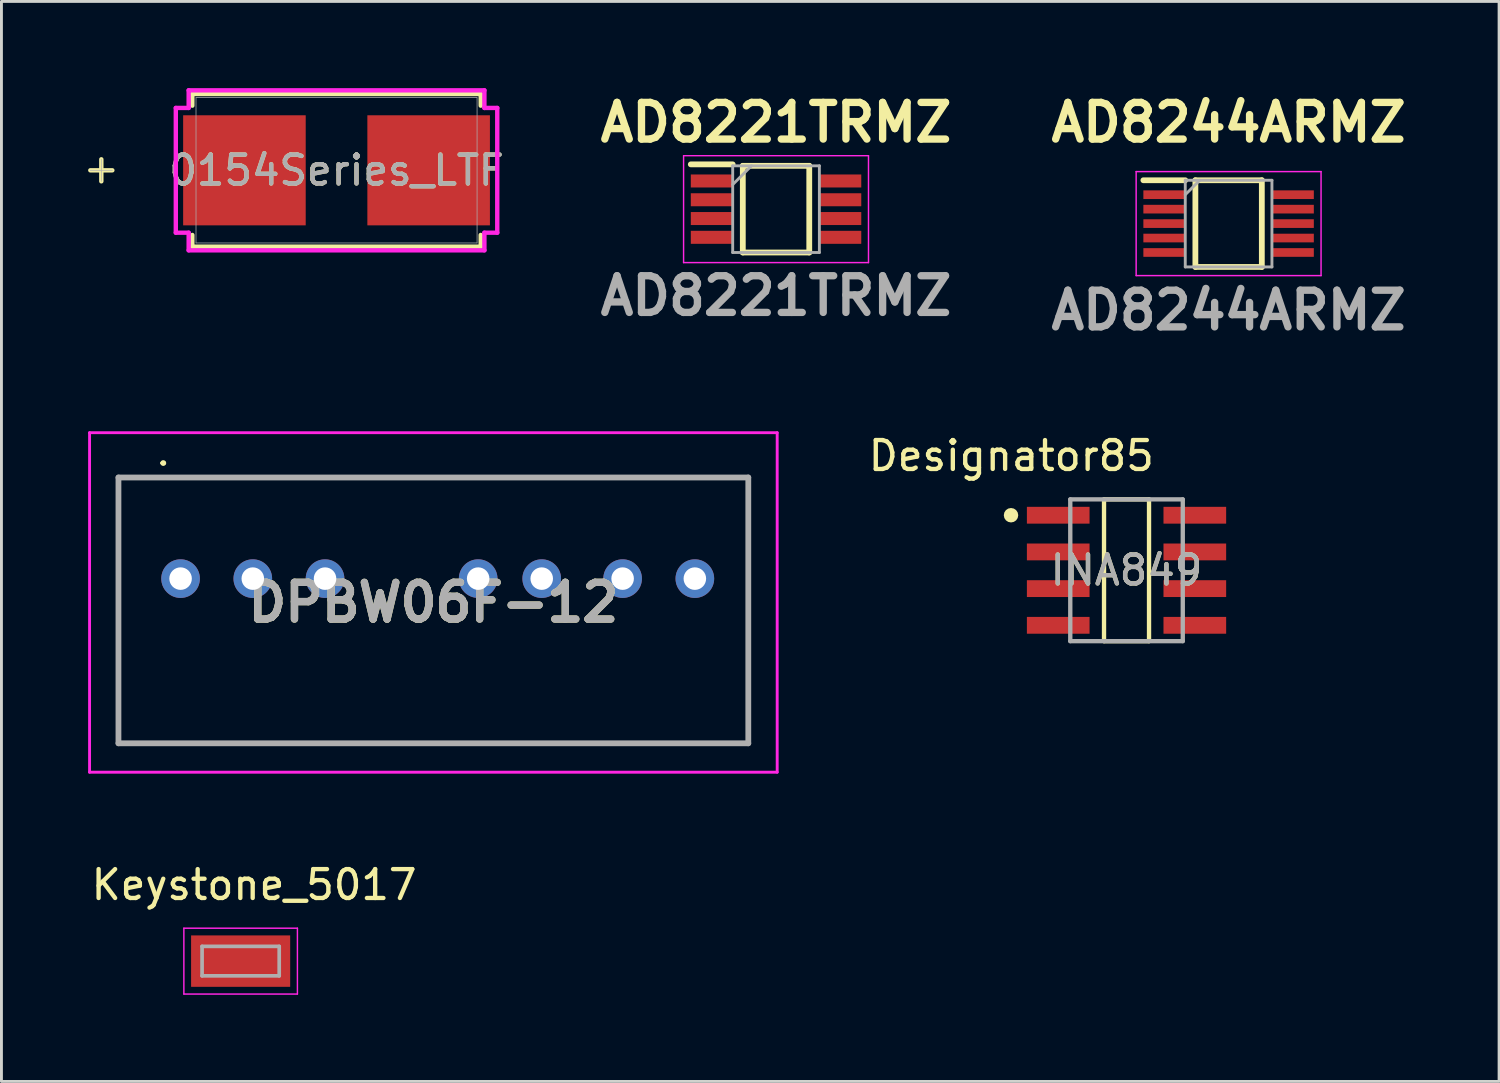
<source format=kicad_pcb>
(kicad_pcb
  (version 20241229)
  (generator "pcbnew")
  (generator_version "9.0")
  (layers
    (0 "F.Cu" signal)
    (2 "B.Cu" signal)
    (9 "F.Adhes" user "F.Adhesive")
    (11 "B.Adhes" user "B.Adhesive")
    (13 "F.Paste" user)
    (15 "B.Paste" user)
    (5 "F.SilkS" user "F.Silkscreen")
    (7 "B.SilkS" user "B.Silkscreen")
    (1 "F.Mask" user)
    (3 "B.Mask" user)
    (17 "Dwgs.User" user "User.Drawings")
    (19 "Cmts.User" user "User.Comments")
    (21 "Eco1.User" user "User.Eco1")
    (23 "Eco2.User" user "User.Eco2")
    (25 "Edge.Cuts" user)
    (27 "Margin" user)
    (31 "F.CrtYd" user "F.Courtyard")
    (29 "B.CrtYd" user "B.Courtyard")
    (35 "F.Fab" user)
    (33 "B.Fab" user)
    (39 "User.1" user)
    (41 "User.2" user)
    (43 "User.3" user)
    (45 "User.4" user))
  (footprint "Keystone_5017"
    (layer "F.Cu")
    (at 5.279 30.216)
    (property "Reference" "Keystone_5017" (at 0.465 -2.64 0) (layer "F.SilkS") (effects (font (size 1 1) (thickness 0.15))))
    (attr smd)
    (fp_line (start -1.965 -1.14) (end -1.965 1.14) (stroke (width 0.05) (type solid)) (layer "F.CrtYd"))
    (fp_line (start -1.965 1.14) (end 1.965 1.14) (stroke (width 0.05) (type solid)) (layer "F.CrtYd"))
    (fp_line (start 1.965 -1.14) (end -1.965 -1.14) (stroke (width 0.05) (type solid)) (layer "F.CrtYd"))
    (fp_line (start 1.965 1.14) (end 1.965 -1.14) (stroke (width 0.05) (type solid)) (layer "F.CrtYd"))
    (fp_line (start -1.335 -0.51) (end 1.335 -0.51) (stroke (width 0.127) (type solid)) (layer "F.Fab"))
    (fp_line (start -1.335 0.51) (end -1.335 -0.51) (stroke (width 0.127) (type solid)) (layer "F.Fab"))
    (fp_line (start 1.335 -0.51) (end 1.335 0.51) (stroke (width 0.127) (type solid)) (layer "F.Fab"))
    (fp_line (start 1.335 0.51) (end -1.335 0.51) (stroke (width 0.127) (type solid)) (layer "F.Fab"))
    (pad "1" smd rect (at 0 0) (size 3.43 1.78) (layers "F.Cu" "F.Mask" "F.Paste")))
  (footprint "DPBW06F-12"
    (layer "F.Cu")
    (at 3.2 16.977)
    (property "Reference" "DPBW06F-12" (at 8.75 0.825 0) (layer "F.SilkS") (effects (font (size 1.27 1.27) (thickness 0.254))))
    (attr through_hole)
    (fp_line (start -2.15 -3.5) (end -2.15 5.7) (stroke (width 0.1) (type solid)) (layer "F.SilkS"))
    (fp_line (start -2.15 5.7) (end 19.65 5.7) (stroke (width 0.1) (type solid)) (layer "F.SilkS"))
    (fp_line (start -0.65 -4) (end -0.65 -4) (stroke (width 0.1) (type solid)) (layer "F.SilkS"))
    (fp_line (start -0.55 -4) (end -0.55 -4) (stroke (width 0.1) (type solid)) (layer "F.SilkS"))
    (fp_line (start 19.65 -3.5) (end -2.15 -3.5) (stroke (width 0.1) (type solid)) (layer "F.SilkS"))
    (fp_line (start 19.65 5.7) (end 19.65 -3.5) (stroke (width 0.1) (type solid)) (layer "F.SilkS"))
    (fp_arc (start -0.65 -4) (mid -0.6 -4.05) (end -0.55 -4) (stroke (width 0.1) (type solid)) (layer "F.SilkS"))
    (fp_arc (start -0.55 -4) (mid -0.6 -3.95) (end -0.65 -4) (stroke (width 0.1) (type solid)) (layer "F.SilkS"))
    (fp_line (start -3.15 -5.05) (end 20.65 -5.05) (stroke (width 0.1) (type solid)) (layer "F.CrtYd"))
    (fp_line (start -3.15 6.7) (end -3.15 -5.05) (stroke (width 0.1) (type solid)) (layer "F.CrtYd"))
    (fp_line (start 20.65 -5.05) (end 20.65 6.7) (stroke (width 0.1) (type solid)) (layer "F.CrtYd"))
    (fp_line (start 20.65 6.7) (end -3.15 6.7) (stroke (width 0.1) (type solid)) (layer "F.CrtYd"))
    (fp_line (start -2.15 -3.5) (end -2.15 5.7) (stroke (width 0.2) (type solid)) (layer "F.Fab"))
    (fp_line (start -2.15 5.7) (end 19.65 5.7) (stroke (width 0.2) (type solid)) (layer "F.Fab"))
    (fp_line (start 19.65 -3.5) (end -2.15 -3.5) (stroke (width 0.2) (type solid)) (layer "F.Fab"))
    (fp_line (start 19.65 5.7) (end 19.65 -3.5) (stroke (width 0.2) (type solid)) (layer "F.Fab"))
    (fp_text user "${REFERENCE}" (at 8.75 0.825 0) (layer "F.Fab") (effects (font (size 1.27 1.27) (thickness 0.254))))
    (pad "1" thru_hole circle (at 0 0) (size 1.337 1.337) (drill 0.78) (layers "*.Cu" "*.Mask"))
    (pad "2" thru_hole circle (at 2.5 0) (size 1.337 1.337) (drill 0.78) (layers "*.Cu" "*.Mask"))
    (pad "3" thru_hole circle (at 5 0) (size 1.337 1.337) (drill 0.78) (layers "*.Cu" "*.Mask"))
    (pad "5" thru_hole circle (at 10.3 0) (size 1.337 1.337) (drill 0.78) (layers "*.Cu" "*.Mask"))
    (pad "6" thru_hole circle (at 12.5 0) (size 1.337 1.337) (drill 0.78) (layers "*.Cu" "*.Mask"))
    (pad "7" thru_hole circle (at 15.3 0) (size 1.337 1.337) (drill 0.78) (layers "*.Cu" "*.Mask"))
    (pad "8" thru_hole circle (at 17.8 0) (size 1.337 1.337) (drill 0.78) (layers "*.Cu" "*.Mask")))
  (footprint "AD8244ARMZ"
    (layer "F.Cu")
    (at 39.474 4.689)
    (property "Reference" "AD8244ARMZ" (at 0 -3.5 0) (layer "F.SilkS") (effects (font (size 1.27 1.27) (thickness 0.254))))
    (attr smd)
    (fp_line (start -2.95 -1.5) (end -1.5 -1.5) (stroke (width 0.2) (type solid)) (layer "F.SilkS"))
    (fp_line (start -1.15 -1.5) (end 1.15 -1.5) (stroke (width 0.2) (type solid)) (layer "F.SilkS"))
    (fp_line (start -1.15 1.5) (end -1.15 -1.5) (stroke (width 0.2) (type solid)) (layer "F.SilkS"))
    (fp_line (start 1.15 -1.5) (end 1.15 1.5) (stroke (width 0.2) (type solid)) (layer "F.SilkS"))
    (fp_line (start 1.15 1.5) (end -1.15 1.5) (stroke (width 0.2) (type solid)) (layer "F.SilkS"))
    (fp_line (start -3.2 -1.8) (end 3.2 -1.8) (stroke (width 0.05) (type solid)) (layer "F.CrtYd"))
    (fp_line (start -3.2 1.8) (end -3.2 -1.8) (stroke (width 0.05) (type solid)) (layer "F.CrtYd"))
    (fp_line (start 3.2 -1.8) (end 3.2 1.8) (stroke (width 0.05) (type solid)) (layer "F.CrtYd"))
    (fp_line (start 3.2 1.8) (end -3.2 1.8) (stroke (width 0.05) (type solid)) (layer "F.CrtYd"))
    (fp_line (start -1.5 -1.5) (end 1.5 -1.5) (stroke (width 0.1) (type solid)) (layer "F.Fab"))
    (fp_line (start -1.5 -1) (end -1 -1.5) (stroke (width 0.1) (type solid)) (layer "F.Fab"))
    (fp_line (start -1.5 1.5) (end -1.5 -1.5) (stroke (width 0.1) (type solid)) (layer "F.Fab"))
    (fp_line (start 1.5 -1.5) (end 1.5 1.5) (stroke (width 0.1) (type solid)) (layer "F.Fab"))
    (fp_line (start 1.5 1.5) (end -1.5 1.5) (stroke (width 0.1) (type solid)) (layer "F.Fab"))
    (fp_text user "${REFERENCE}" (at 0 3 0) (layer "F.Fab") (effects (font (size 1.27 1.27) (thickness 0.254))))
    (pad "1" smd rect (at -2.225 -1 90) (size 0.3 1.45) (layers "F.Cu" "F.Mask" "F.Paste"))
    (pad "2" smd rect (at -2.225 -0.5 90) (size 0.3 1.45) (layers "F.Cu" "F.Mask" "F.Paste"))
    (pad "3" smd rect (at -2.225 0 90) (size 0.3 1.45) (layers "F.Cu" "F.Mask" "F.Paste"))
    (pad "4" smd rect (at -2.225 0.5 90) (size 0.3 1.45) (layers "F.Cu" "F.Mask" "F.Paste"))
    (pad "5" smd rect (at -2.225 1 90) (size 0.3 1.45) (layers "F.Cu" "F.Mask" "F.Paste"))
    (pad "6" smd rect (at 2.225 1 90) (size 0.3 1.45) (layers "F.Cu" "F.Mask" "F.Paste"))
    (pad "7" smd rect (at 2.225 0.5 90) (size 0.3 1.45) (layers "F.Cu" "F.Mask" "F.Paste"))
    (pad "8" smd rect (at 2.225 0 90) (size 0.3 1.45) (layers "F.Cu" "F.Mask" "F.Paste"))
    (pad "9" smd rect (at 2.225 -0.5 90) (size 0.3 1.45) (layers "F.Cu" "F.Mask" "F.Paste"))
    (pad "10" smd rect (at 2.225 -1 90) (size 0.3 1.45) (layers "F.Cu" "F.Mask" "F.Paste")))
  (footprint "INA849"
    (layer "F.Cu")
    (at 35.941 16.688)
    (property "Reference" "INA849" (at 0 0 0) (unlocked yes) (layer "F.SilkS") (effects (font (size 1 1) (thickness 0.15))))
    (attr smd)
    (fp_line (start -0.779 -2.453) (end 0.779 -2.453) (stroke (width 0.15) (type solid)) (layer "F.SilkS"))
    (fp_line (start -0.779 2.453) (end -0.779 -2.453) (stroke (width 0.15) (type solid)) (layer "F.SilkS"))
    (fp_line (start -0.779 2.453) (end 0.779 2.453) (stroke (width 0.15) (type solid)) (layer "F.SilkS"))
    (fp_line (start 0.779 2.453) (end 0.779 -2.453) (stroke (width 0.15) (type solid)) (layer "F.SilkS"))
    (fp_circle (center -3.998 -1.905) (end -3.873 -1.905) (stroke (width 0.25) (type solid)) (fill no) (layer "F.SilkS"))
    (fp_line (start -1.947 -2.453) (end 1.947 -2.453) (stroke (width 0.15) (type solid)) (layer "F.Fab"))
    (fp_line (start -1.947 2.453) (end -1.947 -2.453) (stroke (width 0.15) (type solid)) (layer "F.Fab"))
    (fp_line (start -1.947 2.453) (end 1.947 2.453) (stroke (width 0.15) (type solid)) (layer "F.Fab"))
    (fp_line (start 1.947 2.453) (end 1.947 -2.453) (stroke (width 0.15) (type solid)) (layer "F.Fab"))
    (fp_text user "Designator85" (at -3.988 -3.962 0) (unlocked yes) (layer "F.SilkS") (effects (font (size 1 1) (thickness 0.15))))
    (fp_text user "${REFERENCE}" (at 0 0 0) (unlocked yes) (layer "F.Fab") (effects (font (size 1 1) (thickness 0.15))))
    (pad "1" smd rect (at -2.364 -1.905) (size 2.169 0.582) (layers "F.Cu" "F.Mask" "F.Paste"))
    (pad "2" smd rect (at -2.364 -0.635) (size 2.169 0.582) (layers "F.Cu" "F.Mask" "F.Paste"))
    (pad "3" smd rect (at -2.364 0.635) (size 2.169 0.582) (layers "F.Cu" "F.Mask" "F.Paste"))
    (pad "4" smd rect (at -2.364 1.905) (size 2.169 0.582) (layers "F.Cu" "F.Mask" "F.Paste"))
    (pad "5" smd rect (at 2.364 1.905) (size 2.169 0.582) (layers "F.Cu" "F.Mask" "F.Paste"))
    (pad "6" smd rect (at 2.364 0.635) (size 2.169 0.582) (layers "F.Cu" "F.Mask" "F.Paste"))
    (pad "7" smd rect (at 2.364 -0.635) (size 2.169 0.582) (layers "F.Cu" "F.Mask" "F.Paste"))
    (pad "8" smd rect (at 2.364 -1.905) (size 2.169 0.582) (layers "F.Cu" "F.Mask" "F.Paste")))
  (footprint "AD8221TRMZ"
    (layer "F.Cu")
    (at 23.81 4.189)
    (property "Reference" "AD8221TRMZ" (at 0 -3 0) (layer "F.SilkS") (effects (font (size 1.27 1.27) (thickness 0.254))))
    (property "Field4" "" (at 0 0 0) (layer "F.SilkS") (effects (font (size 1 1) (thickness 0.1))))
    (attr smd)
    (fp_line (start -2.95 -1.55) (end -1.5 -1.55) (stroke (width 0.2) (type solid)) (layer "F.SilkS"))
    (fp_line (start -1.15 -1.5) (end 1.15 -1.5) (stroke (width 0.2) (type solid)) (layer "F.SilkS"))
    (fp_line (start -1.15 1.5) (end -1.15 -1.5) (stroke (width 0.2) (type solid)) (layer "F.SilkS"))
    (fp_line (start 1.15 -1.5) (end 1.15 1.5) (stroke (width 0.2) (type solid)) (layer "F.SilkS"))
    (fp_line (start 1.15 1.5) (end -1.15 1.5) (stroke (width 0.2) (type solid)) (layer "F.SilkS"))
    (fp_line (start -3.2 -1.85) (end 3.2 -1.85) (stroke (width 0.05) (type solid)) (layer "F.CrtYd"))
    (fp_line (start -3.2 1.85) (end -3.2 -1.85) (stroke (width 0.05) (type solid)) (layer "F.CrtYd"))
    (fp_line (start 3.2 -1.85) (end 3.2 1.85) (stroke (width 0.05) (type solid)) (layer "F.CrtYd"))
    (fp_line (start 3.2 1.85) (end -3.2 1.85) (stroke (width 0.05) (type solid)) (layer "F.CrtYd"))
    (fp_line (start -1.5 -1.5) (end 1.5 -1.5) (stroke (width 0.1) (type solid)) (layer "F.Fab"))
    (fp_line (start -1.5 -0.85) (end -0.85 -1.5) (stroke (width 0.1) (type solid)) (layer "F.Fab"))
    (fp_line (start -1.5 1.5) (end -1.5 -1.5) (stroke (width 0.1) (type solid)) (layer "F.Fab"))
    (fp_line (start 1.5 -1.5) (end 1.5 1.5) (stroke (width 0.1) (type solid)) (layer "F.Fab"))
    (fp_line (start 1.5 1.5) (end -1.5 1.5) (stroke (width 0.1) (type solid)) (layer "F.Fab"))
    (fp_text user "${REFERENCE}" (at 0 3 0) (layer "F.Fab") (effects (font (size 1.27 1.27) (thickness 0.254))))
    (pad "1" smd rect (at -2.225 -0.975 90) (size 0.45 1.45) (layers "F.Cu" "F.Mask" "F.Paste"))
    (pad "2" smd rect (at -2.225 -0.325 90) (size 0.45 1.45) (layers "F.Cu" "F.Mask" "F.Paste"))
    (pad "3" smd rect (at -2.225 0.325 90) (size 0.45 1.45) (layers "F.Cu" "F.Mask" "F.Paste"))
    (pad "4" smd rect (at -2.225 0.975 90) (size 0.45 1.45) (layers "F.Cu" "F.Mask" "F.Paste"))
    (pad "5" smd rect (at 2.225 0.975 90) (size 0.45 1.45) (layers "F.Cu" "F.Mask" "F.Paste"))
    (pad "6" smd rect (at 2.225 0.325 90) (size 0.45 1.45) (layers "F.Cu" "F.Mask" "F.Paste"))
    (pad "7" smd rect (at 2.225 -0.325 90) (size 0.45 1.45) (layers "F.Cu" "F.Mask" "F.Paste"))
    (pad "8" smd rect (at 2.225 -0.975 90) (size 0.45 1.45) (layers "F.Cu" "F.Mask" "F.Paste")))
  (footprint "0154Series_LTF"
    (layer "F.Cu")
    (at 8.598 2.845)
    (property "Reference" "0154Series_LTF" (at 0 0 0) (unlocked yes) (layer "F.SilkS") (effects (font (size 1 1) (thickness 0.15))))
    (attr smd)
    (fp_line (start -8.141 -0.381) (end -8.141 0.381) (stroke (width 0.152) (type solid)) (layer "F.SilkS"))
    (fp_line (start -7.76 0) (end -8.522 0) (stroke (width 0.152) (type solid)) (layer "F.SilkS"))
    (fp_line (start -4.991 -2.642) (end -4.991 -2.238) (stroke (width 0.152) (type solid)) (layer "F.SilkS"))
    (fp_line (start -4.991 2.238) (end -4.991 2.642) (stroke (width 0.152) (type solid)) (layer "F.SilkS"))
    (fp_line (start -4.991 2.642) (end 4.991 2.642) (stroke (width 0.152) (type solid)) (layer "F.SilkS"))
    (fp_line (start 4.991 -2.642) (end -4.991 -2.642) (stroke (width 0.152) (type solid)) (layer "F.SilkS"))
    (fp_line (start 4.991 -2.238) (end 4.991 -2.642) (stroke (width 0.152) (type solid)) (layer "F.SilkS"))
    (fp_line (start 4.991 2.642) (end 4.991 2.238) (stroke (width 0.152) (type solid)) (layer "F.SilkS"))
    (fp_line (start -5.563 -2.159) (end -5.118 -2.159) (stroke (width 0.152) (type solid)) (layer "F.CrtYd"))
    (fp_line (start -5.563 2.159) (end -5.563 -2.159) (stroke (width 0.152) (type solid)) (layer "F.CrtYd"))
    (fp_line (start -5.118 -2.769) (end 5.118 -2.769) (stroke (width 0.152) (type solid)) (layer "F.CrtYd"))
    (fp_line (start -5.118 -2.159) (end -5.118 -2.769) (stroke (width 0.152) (type solid)) (layer "F.CrtYd"))
    (fp_line (start -5.118 2.159) (end -5.563 2.159) (stroke (width 0.152) (type solid)) (layer "F.CrtYd"))
    (fp_line (start -5.118 2.769) (end -5.118 2.159) (stroke (width 0.152) (type solid)) (layer "F.CrtYd"))
    (fp_line (start 5.118 -2.769) (end 5.118 -2.159) (stroke (width 0.152) (type solid)) (layer "F.CrtYd"))
    (fp_line (start 5.118 -2.159) (end 5.563 -2.159) (stroke (width 0.152) (type solid)) (layer "F.CrtYd"))
    (fp_line (start 5.118 2.159) (end 5.118 2.769) (stroke (width 0.152) (type solid)) (layer "F.CrtYd"))
    (fp_line (start 5.118 2.769) (end -5.118 2.769) (stroke (width 0.152) (type solid)) (layer "F.CrtYd"))
    (fp_line (start 5.563 -2.159) (end 5.563 2.159) (stroke (width 0.152) (type solid)) (layer "F.CrtYd"))
    (fp_line (start 5.563 2.159) (end 5.118 2.159) (stroke (width 0.152) (type solid)) (layer "F.CrtYd"))
    (fp_line (start -8.141 -0.381) (end -8.141 0.381) (stroke (width 0.025) (type solid)) (layer "F.Fab"))
    (fp_line (start -7.76 0) (end -8.522 0) (stroke (width 0.025) (type solid)) (layer "F.Fab"))
    (fp_line (start -4.864 -2.515) (end -4.864 2.515) (stroke (width 0.025) (type solid)) (layer "F.Fab"))
    (fp_line (start -4.864 2.515) (end 4.864 2.515) (stroke (width 0.025) (type solid)) (layer "F.Fab"))
    (fp_line (start 4.864 -2.515) (end -4.864 -2.515) (stroke (width 0.025) (type solid)) (layer "F.Fab"))
    (fp_line (start 4.864 2.515) (end 4.864 -2.515) (stroke (width 0.025) (type solid)) (layer "F.Fab"))
    (fp_text user "${REFERENCE}" (at 0 0 0) (unlocked yes) (layer "F.Fab") (effects (font (size 1 1) (thickness 0.15))))
    (pad "1" smd rect (at -3.188 0) (size 4.242 3.81) (layers "F.Cu" "F.Mask" "F.Paste"))
    (pad "2" smd rect (at 3.188 0) (size 4.242 3.81) (layers "F.Cu" "F.Mask" "F.Paste"))
    (zone (net_name "") (layer "F.Cu") (hatch full 0.508) (connect_pads) (min_thickness 0.254) (filled_areas_thickness no) (keepout (tracks not_allowed) (vias not_allowed) (pads allowed) (copperpour not_allowed) (footprints allowed)) (placement (enabled no)) (fill) (polygon (pts (xy 3.785 0.381) (xy 13.411 0.381) (xy 13.411 0.889) (xy 3.785 0.889))))
    (zone (net_name "") (layer "F.Cu") (hatch full 0.508) (connect_pads) (min_thickness 0.254) (filled_areas_thickness no) (keepout (tracks not_allowed) (vias not_allowed) (pads allowed) (copperpour not_allowed) (footprints allowed)) (placement (enabled no)) (fill) (polygon (pts (xy 3.785 4.801) (xy 13.411 4.801) (xy 13.411 5.309) (xy 3.785 5.309))))
    (zone (net_name "") (layer "F.Cu") (hatch full 0.508) (connect_pads) (min_thickness 0.254) (filled_areas_thickness no) (keepout (tracks not_allowed) (vias not_allowed) (pads allowed) (copperpour not_allowed) (footprints allowed)) (placement (enabled no)) (fill) (polygon (pts (xy 7.328 0.889) (xy 9.868 0.889) (xy 9.868 4.801) (xy 7.328 4.801)))))
  (gr_rect
    (start -3 -3)
    (end 48.836 34.381)
    (stroke (width 0.1) (type default))
    (fill no)
    (layer "Edge.Cuts")))
</source>
